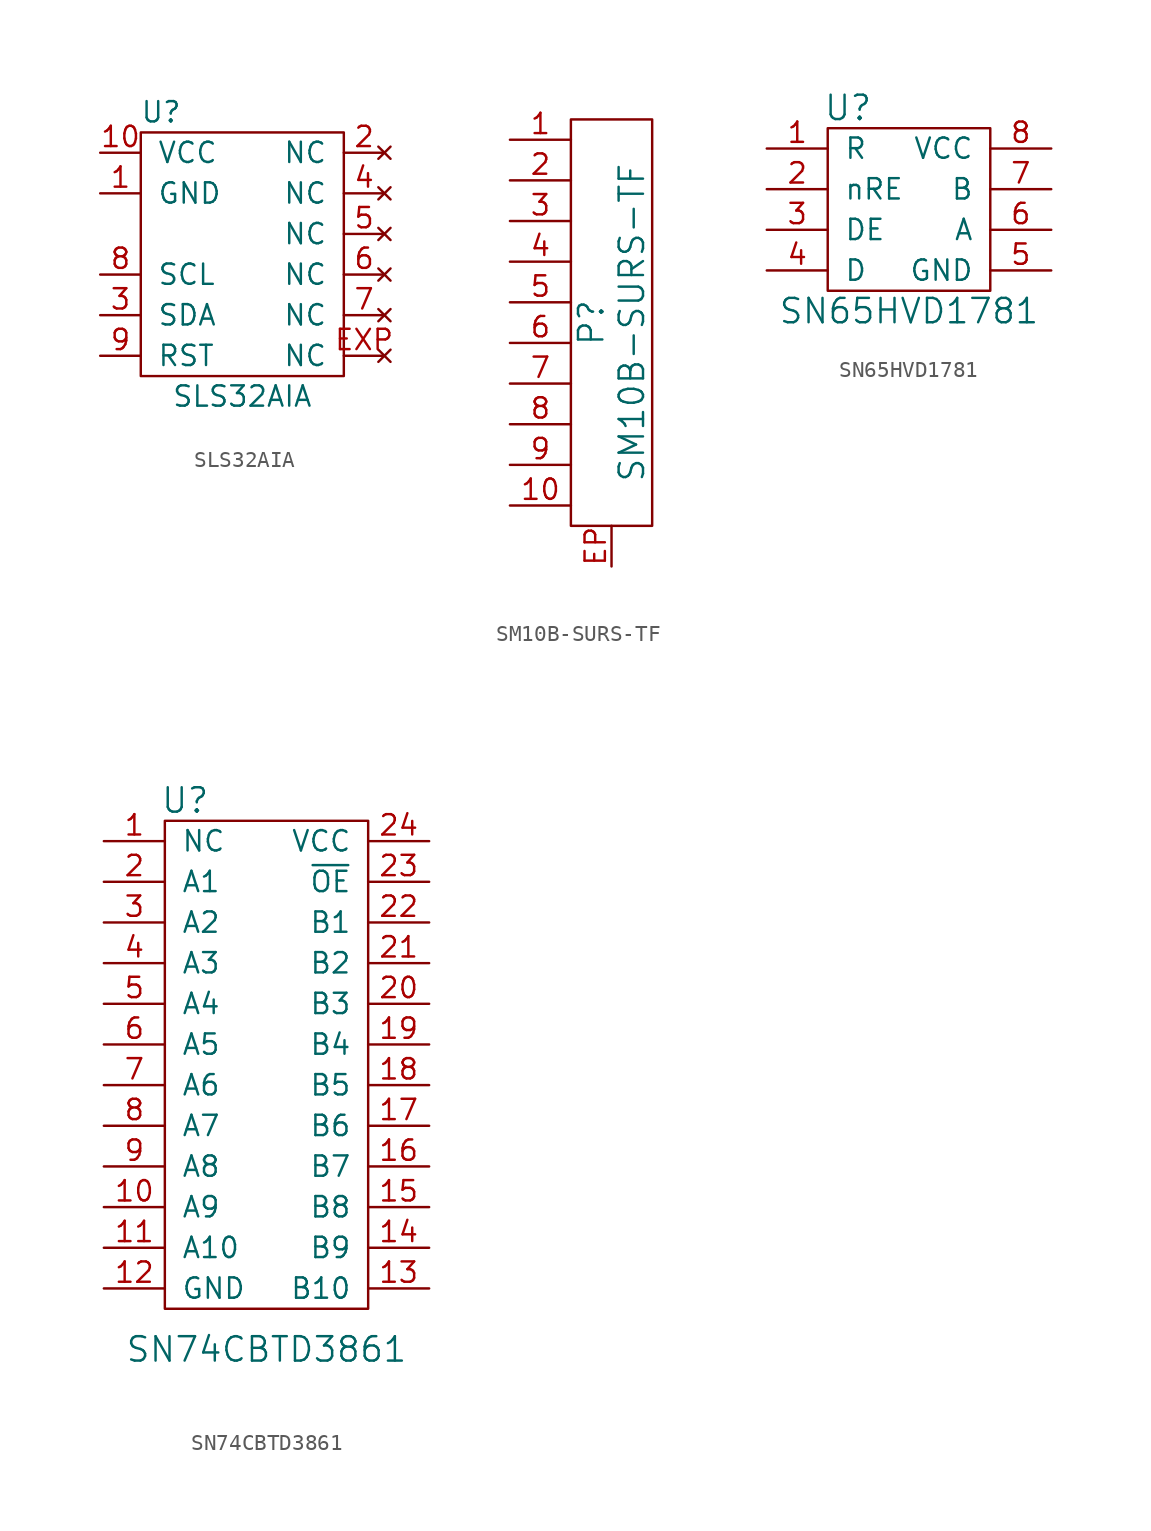
<source format=kicad_sym>
(kicad_symbol_lib
  (version 20211014)
  (generator kicad_symbol_editor)
  (symbol "SLS32AIA"
    (pin_names
      (offset 1.016))
    (property "Reference" "U"
      (at -5.08 8.89 0)
      (effects (font (size 1.27 1.27))))
    (property "Value" "SLS32AIA"
      (at 0 -8.89 0)
      (effects (font (size 1.27 1.27))))
    (symbol "SLS32AIA_0_1"
      (rectangle (start -6.35 7.62) (end 6.35 -7.62) (stroke (width 0) (type default) (color 0 0 0 0)) (fill (type none))))
    (symbol "SLS32AIA_1_1"
      (pin passive line (at -8.89 3.81 0) (length 2.54) (name "GND" (effects (font (size 1.27 1.27)))) (number "1" (effects (font (size 1.27 1.27)))))
      (pin passive line (at -8.89 6.35 0) (length 2.54) (name "VCC" (effects (font (size 1.27 1.27)))) (number "10" (effects (font (size 1.27 1.27)))))
      (pin no_connect line (at 8.89 6.35 180) (length 2.54) (name "NC" (effects (font (size 1.27 1.27)))) (number "2" (effects (font (size 1.27 1.27)))))
      (pin passive line (at -8.89 -3.81 0) (length 2.54) (name "SDA" (effects (font (size 1.27 1.27)))) (number "3" (effects (font (size 1.27 1.27)))))
      (pin no_connect line (at 8.89 3.81 180) (length 2.54) (name "NC" (effects (font (size 1.27 1.27)))) (number "4" (effects (font (size 1.27 1.27)))))
      (pin no_connect line (at 8.89 1.27 180) (length 2.54) (name "NC" (effects (font (size 1.27 1.27)))) (number "5" (effects (font (size 1.27 1.27)))))
      (pin no_connect line (at 8.89 -1.27 180) (length 2.54) (name "NC" (effects (font (size 1.27 1.27)))) (number "6" (effects (font (size 1.27 1.27)))))
      (pin no_connect line (at 8.89 -3.81 180) (length 2.54) (name "NC" (effects (font (size 1.27 1.27)))) (number "7" (effects (font (size 1.27 1.27)))))
      (pin passive line (at -8.89 -1.27 0) (length 2.54) (name "SCL" (effects (font (size 1.27 1.27)))) (number "8" (effects (font (size 1.27 1.27)))))
      (pin passive line (at -8.89 -6.35 0) (length 2.54) (name "RST" (effects (font (size 1.27 1.27)))) (number "9" (effects (font (size 1.27 1.27)))))
      (pin no_connect line (at 8.89 -6.35 180) (length 2.54) (name "NC" (effects (font (size 1.27 1.27)))) (number "EXP" (effects (font (size 1.27 1.27)))))))
  (symbol "SM10B-SURS-TF"
    (pin_names
      (offset 1.016) hide)
    (property "Reference" "P"
      (at -1.27 0 90)
      (effects (font (size 1.524 1.524))))
    (property "Value" "SM10B-SURS-TF"
      (at 1.27 0 90)
      (effects (font (size 1.524 1.524))))
    (property "Footprint" ""
      (at 0 0 0)
      (effects (font (size 1.524 1.524))))
    (property "Datasheet" ""
      (at 0 0 0)
      (effects (font (size 1.524 1.524))))
    (symbol "SM10B-SURS-TF_0_1"
      (rectangle (start -2.54 12.7) (end 2.54 -12.7) (stroke (width 0) (type default) (color 0 0 0 0)) (fill (type none))))
    (symbol "SM10B-SURS-TF_1_1"
      (pin passive line (at -6.35 11.43 0) (length 3.81) (name "P1" (effects (font (size 1.27 1.27)))) (number "1" (effects (font (size 1.27 1.27)))))
      (pin passive line (at -6.35 -11.43 0) (length 3.81) (name "P10" (effects (font (size 1.27 1.27)))) (number "10" (effects (font (size 1.27 1.27)))))
      (pin passive line (at -6.35 8.89 0) (length 3.81) (name "P2" (effects (font (size 1.27 1.27)))) (number "2" (effects (font (size 1.27 1.27)))))
      (pin passive line (at -6.35 6.35 0) (length 3.81) (name "P3" (effects (font (size 1.27 1.27)))) (number "3" (effects (font (size 1.27 1.27)))))
      (pin passive line (at -6.35 3.81 0) (length 3.81) (name "P4" (effects (font (size 1.27 1.27)))) (number "4" (effects (font (size 1.27 1.27)))))
      (pin passive line (at -6.35 1.27 0) (length 3.81) (name "P5" (effects (font (size 1.27 1.27)))) (number "5" (effects (font (size 1.27 1.27)))))
      (pin passive line (at -6.35 -1.27 0) (length 3.81) (name "P6" (effects (font (size 1.27 1.27)))) (number "6" (effects (font (size 1.27 1.27)))))
      (pin passive line (at -6.35 -3.81 0) (length 3.81) (name "P7" (effects (font (size 1.27 1.27)))) (number "7" (effects (font (size 1.27 1.27)))))
      (pin passive line (at -6.35 -6.35 0) (length 3.81) (name "P8" (effects (font (size 1.27 1.27)))) (number "8" (effects (font (size 1.27 1.27)))))
      (pin passive line (at -6.35 -8.89 0) (length 3.81) (name "P9" (effects (font (size 1.27 1.27)))) (number "9" (effects (font (size 1.27 1.27)))))
      (pin passive line (at 0 -15.24 90) (length 2.54) (name "~" (effects (font (size 1.27 1.27)))) (number "EP" (effects (font (size 1.27 1.27)))))))
  (symbol "SN65HVD1781"
    (pin_names
      (offset 1.016))
    (property "Reference" "U"
      (at -3.81 6.35 0)
      (effects (font (size 1.524 1.524))))
    (property "Value" "SN65HVD1781"
      (at 0 -6.35 0)
      (effects (font (size 1.524 1.524))))
    (property "Footprint" ""
      (at 0 0 0)
      (effects (font (size 1.524 1.524))))
    (property "Datasheet" ""
      (at 0 0 0)
      (effects (font (size 1.524 1.524))))
    (symbol "SN65HVD1781_0_1"
      (rectangle (start -5.08 5.08) (end 5.08 -5.08) (stroke (width 0) (type default) (color 0 0 0 0)) (fill (type none))))
    (symbol "SN65HVD1781_1_1"
      (pin passive line (at -8.89 3.81 0) (length 3.81) (name "R" (effects (font (size 1.27 1.27)))) (number "1" (effects (font (size 1.27 1.27)))))
      (pin passive line (at -8.89 1.27 0) (length 3.81) (name "nRE" (effects (font (size 1.27 1.27)))) (number "2" (effects (font (size 1.27 1.27)))))
      (pin passive line (at -8.89 -1.27 0) (length 3.81) (name "DE" (effects (font (size 1.27 1.27)))) (number "3" (effects (font (size 1.27 1.27)))))
      (pin passive line (at -8.89 -3.81 0) (length 3.81) (name "D" (effects (font (size 1.27 1.27)))) (number "4" (effects (font (size 1.27 1.27)))))
      (pin passive line (at 8.89 -3.81 180) (length 3.81) (name "GND" (effects (font (size 1.27 1.27)))) (number "5" (effects (font (size 1.27 1.27)))))
      (pin passive line (at 8.89 -1.27 180) (length 3.81) (name "A" (effects (font (size 1.27 1.27)))) (number "6" (effects (font (size 1.27 1.27)))))
      (pin passive line (at 8.89 1.27 180) (length 3.81) (name "B" (effects (font (size 1.27 1.27)))) (number "7" (effects (font (size 1.27 1.27)))))
      (pin passive line (at 8.89 3.81 180) (length 3.81) (name "VCC" (effects (font (size 1.27 1.27)))) (number "8" (effects (font (size 1.27 1.27)))))))
  (symbol "SN74CBTD3861"
    (pin_names
      (offset 1.016))
    (property "Reference" "U"
      (at -5.08 17.78 0)
      (effects (font (size 1.524 1.524))))
    (property "Value" "SN74CBTD3861"
      (at 0 -16.51 0)
      (effects (font (size 1.524 1.524))))
    (property "Footprint" ""
      (at 0 0 0)
      (effects (font (size 1.524 1.524))))
    (property "Datasheet" ""
      (at 0 0 0)
      (effects (font (size 1.524 1.524))))
    (symbol "SN74CBTD3861_0_1"
      (rectangle (start -6.35 16.51) (end 6.35 -13.97) (stroke (width 0) (type default) (color 0 0 0 0)) (fill (type none))))
    (symbol "SN74CBTD3861_1_1"
      (pin passive line (at -10.16 15.24 0) (length 3.81) (name "NC" (effects (font (size 1.27 1.27)))) (number "1" (effects (font (size 1.27 1.27)))))
      (pin passive line (at -10.16 -7.62 0) (length 3.81) (name "A9" (effects (font (size 1.27 1.27)))) (number "10" (effects (font (size 1.27 1.27)))))
      (pin passive line (at -10.16 -10.16 0) (length 3.81) (name "A10" (effects (font (size 1.27 1.27)))) (number "11" (effects (font (size 1.27 1.27)))))
      (pin passive line (at -10.16 -12.7 0) (length 3.81) (name "GND" (effects (font (size 1.27 1.27)))) (number "12" (effects (font (size 1.27 1.27)))))
      (pin passive line (at 10.16 -12.7 180) (length 3.81) (name "B10" (effects (font (size 1.27 1.27)))) (number "13" (effects (font (size 1.27 1.27)))))
      (pin passive line (at 10.16 -10.16 180) (length 3.81) (name "B9" (effects (font (size 1.27 1.27)))) (number "14" (effects (font (size 1.27 1.27)))))
      (pin passive line (at 10.16 -7.62 180) (length 3.81) (name "B8" (effects (font (size 1.27 1.27)))) (number "15" (effects (font (size 1.27 1.27)))))
      (pin passive line (at 10.16 -5.08 180) (length 3.81) (name "B7" (effects (font (size 1.27 1.27)))) (number "16" (effects (font (size 1.27 1.27)))))
      (pin passive line (at 10.16 -2.54 180) (length 3.81) (name "B6" (effects (font (size 1.27 1.27)))) (number "17" (effects (font (size 1.27 1.27)))))
      (pin passive line (at 10.16 0 180) (length 3.81) (name "B5" (effects (font (size 1.27 1.27)))) (number "18" (effects (font (size 1.27 1.27)))))
      (pin passive line (at 10.16 2.54 180) (length 3.81) (name "B4" (effects (font (size 1.27 1.27)))) (number "19" (effects (font (size 1.27 1.27)))))
      (pin passive line (at -10.16 12.7 0) (length 3.81) (name "A1" (effects (font (size 1.27 1.27)))) (number "2" (effects (font (size 1.27 1.27)))))
      (pin passive line (at 10.16 5.08 180) (length 3.81) (name "B3" (effects (font (size 1.27 1.27)))) (number "20" (effects (font (size 1.27 1.27)))))
      (pin passive line (at 10.16 7.62 180) (length 3.81) (name "B2" (effects (font (size 1.27 1.27)))) (number "21" (effects (font (size 1.27 1.27)))))
      (pin passive line (at 10.16 10.16 180) (length 3.81) (name "B1" (effects (font (size 1.27 1.27)))) (number "22" (effects (font (size 1.27 1.27)))))
      (pin passive line (at 10.16 12.7 180) (length 3.81) (name "~{OE}" (effects (font (size 1.27 1.27)))) (number "23" (effects (font (size 1.27 1.27)))))
      (pin passive line (at 10.16 15.24 180) (length 3.81) (name "VCC" (effects (font (size 1.27 1.27)))) (number "24" (effects (font (size 1.27 1.27)))))
      (pin passive line (at -10.16 10.16 0) (length 3.81) (name "A2" (effects (font (size 1.27 1.27)))) (number "3" (effects (font (size 1.27 1.27)))))
      (pin passive line (at -10.16 7.62 0) (length 3.81) (name "A3" (effects (font (size 1.27 1.27)))) (number "4" (effects (font (size 1.27 1.27)))))
      (pin passive line (at -10.16 5.08 0) (length 3.81) (name "A4" (effects (font (size 1.27 1.27)))) (number "5" (effects (font (size 1.27 1.27)))))
      (pin passive line (at -10.16 2.54 0) (length 3.81) (name "A5" (effects (font (size 1.27 1.27)))) (number "6" (effects (font (size 1.27 1.27)))))
      (pin passive line (at -10.16 0 0) (length 3.81) (name "A6" (effects (font (size 1.27 1.27)))) (number "7" (effects (font (size 1.27 1.27)))))
      (pin passive line (at -10.16 -2.54 0) (length 3.81) (name "A7" (effects (font (size 1.27 1.27)))) (number "8" (effects (font (size 1.27 1.27)))))
      (pin passive line (at -10.16 -5.08 0) (length 3.81) (name "A8" (effects (font (size 1.27 1.27)))) (number "9" (effects (font (size 1.27 1.27))))))))
</source>
